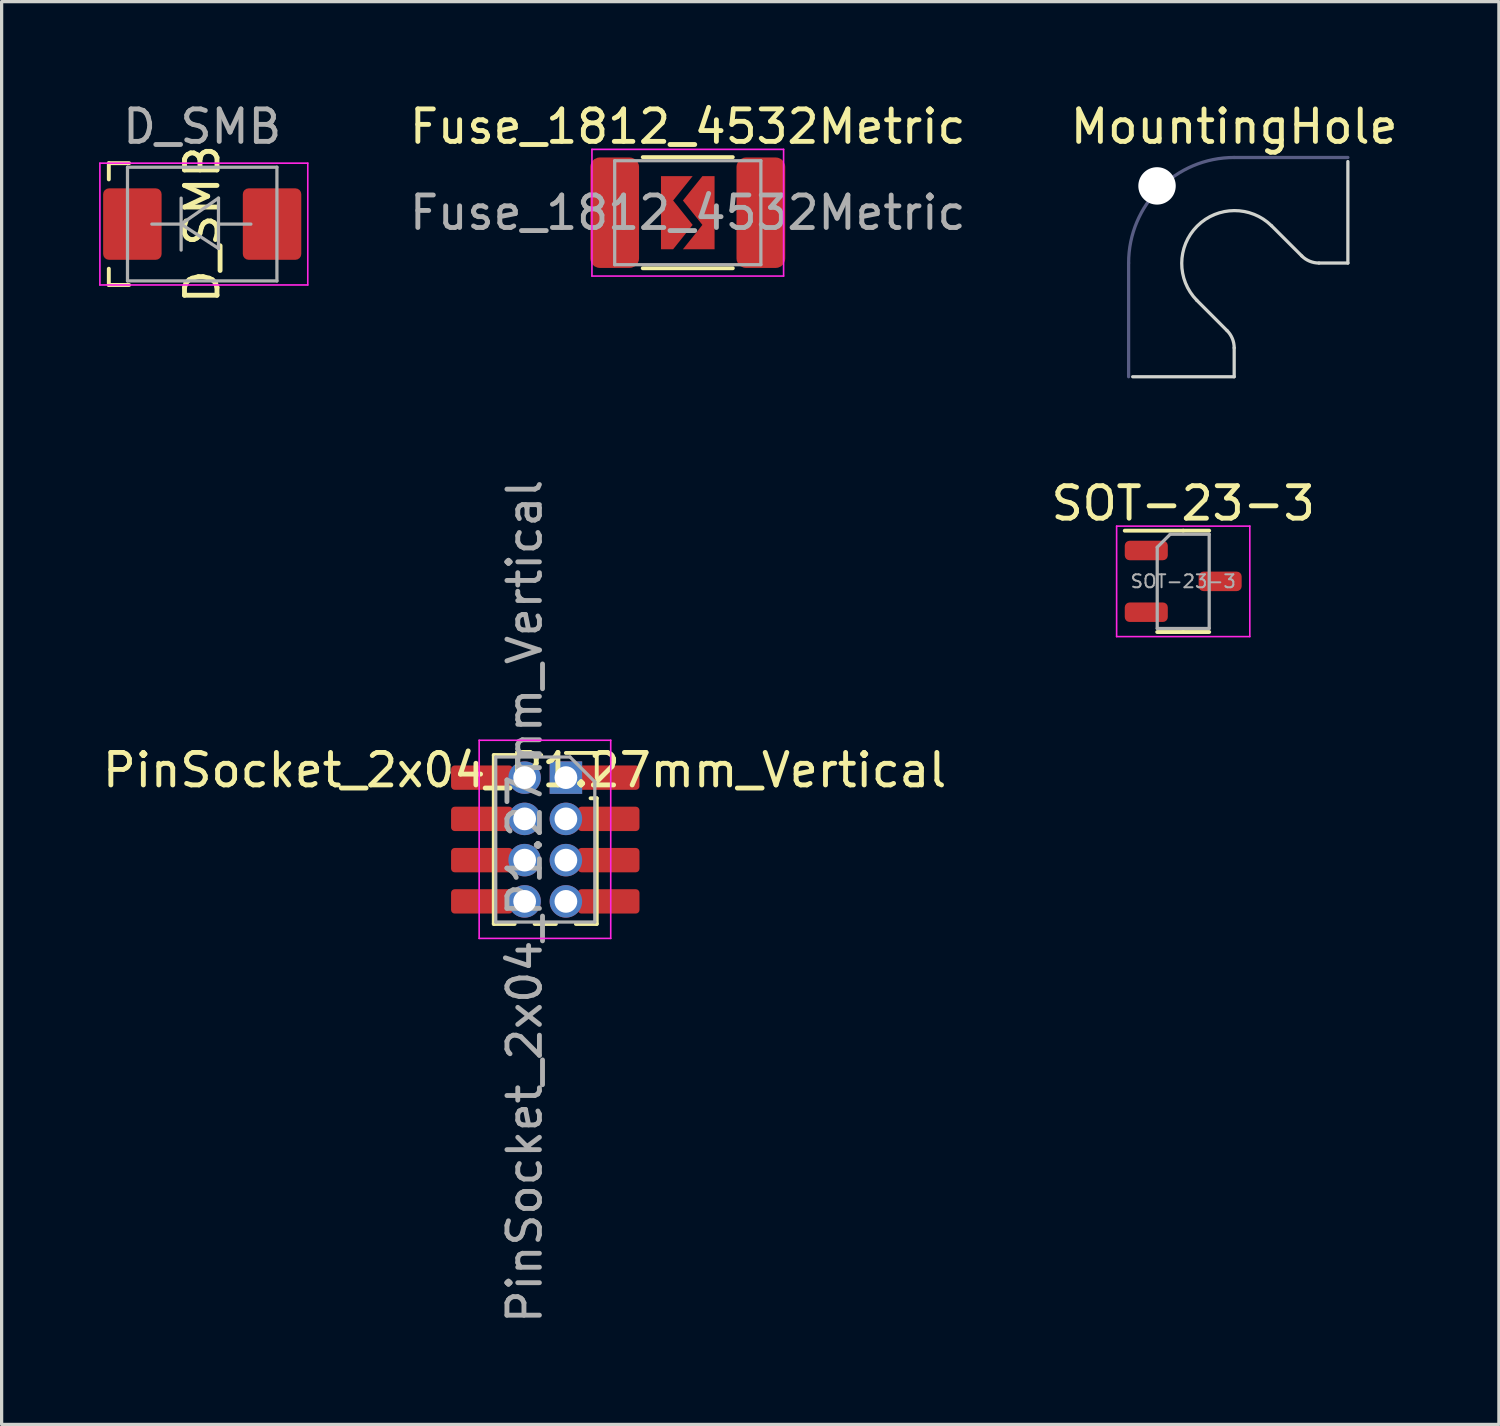
<source format=kicad_pcb>
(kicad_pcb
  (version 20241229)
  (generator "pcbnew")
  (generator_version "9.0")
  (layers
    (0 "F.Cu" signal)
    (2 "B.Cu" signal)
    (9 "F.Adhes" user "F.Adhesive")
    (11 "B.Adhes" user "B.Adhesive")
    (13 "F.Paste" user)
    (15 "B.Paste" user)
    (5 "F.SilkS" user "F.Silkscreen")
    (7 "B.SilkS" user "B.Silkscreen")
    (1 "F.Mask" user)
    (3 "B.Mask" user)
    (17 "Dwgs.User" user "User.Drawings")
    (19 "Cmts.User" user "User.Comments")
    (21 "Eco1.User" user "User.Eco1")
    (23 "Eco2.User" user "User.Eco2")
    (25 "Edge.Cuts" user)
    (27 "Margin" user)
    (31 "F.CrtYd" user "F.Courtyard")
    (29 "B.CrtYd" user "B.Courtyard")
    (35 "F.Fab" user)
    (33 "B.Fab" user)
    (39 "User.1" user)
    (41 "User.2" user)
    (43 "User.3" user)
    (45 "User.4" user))
  (footprint "D_SMB"
    (layer "F.Cu")
    (at 3.175 3.848)
    (property "Reference" "D_SMB" (at 0 0 90) (layer "F.SilkS") (effects (font (size 1 1) (thickness 0.15))))
    (attr smd)
    (fp_line (start -2.875 -1.875) (end -2.25 -1.875) (stroke (width 0.12) (type default)) (layer "F.SilkS"))
    (fp_line (start -2.875 -1.375) (end -2.875 -1.875) (stroke (width 0.12) (type default)) (layer "F.SilkS"))
    (fp_line (start -2.875 1.375) (end -2.875 1.875) (stroke (width 0.12) (type default)) (layer "F.SilkS"))
    (fp_line (start -2.875 1.875) (end -2.25 1.875) (stroke (width 0.12) (type default)) (layer "F.SilkS"))
    (fp_line (start -3.15 -1.875) (end -3.15 1.875) (stroke (width 0.05) (type solid)) (layer "F.CrtYd"))
    (fp_line (start -3.15 -1.875) (end 3.25 -1.875) (stroke (width 0.05) (type solid)) (layer "F.CrtYd"))
    (fp_line (start 3.25 -1.875) (end 3.25 1.875) (stroke (width 0.05) (type solid)) (layer "F.CrtYd"))
    (fp_line (start 3.25 1.875) (end -3.15 1.875) (stroke (width 0.05) (type solid)) (layer "F.CrtYd"))
    (fp_line (start -2.3 1.75) (end -2.3 -1.75) (stroke (width 0.1) (type solid)) (layer "F.Fab"))
    (fp_line (start -0.649 -0.799) (end -0.649 0.801) (stroke (width 0.1) (type solid)) (layer "F.Fab"))
    (fp_line (start -0.649 0.001) (end -1.551 0.001) (stroke (width 0.1) (type solid)) (layer "F.Fab"))
    (fp_line (start -0.649 0.001) (end 0.501 -0.799) (stroke (width 0.1) (type solid)) (layer "F.Fab"))
    (fp_line (start -0.649 0.001) (end 0.501 0.75) (stroke (width 0.1) (type solid)) (layer "F.Fab"))
    (fp_line (start 0.501 0.001) (end 1.499 0.001) (stroke (width 0.1) (type solid)) (layer "F.Fab"))
    (fp_line (start 0.501 0.75) (end 0.501 -0.799) (stroke (width 0.1) (type solid)) (layer "F.Fab"))
    (fp_line (start 2.3 -1.75) (end -2.3 -1.75) (stroke (width 0.1) (type solid)) (layer "F.Fab"))
    (fp_line (start 2.3 -1.75) (end 2.3 1.75) (stroke (width 0.1) (type solid)) (layer "F.Fab"))
    (fp_line (start 2.3 1.75) (end -2.3 1.75) (stroke (width 0.1) (type solid)) (layer "F.Fab"))
    (fp_text user "${REFERENCE}" (at 0 -3 0) (layer "F.Fab") (effects (font (size 1 1) (thickness 0.15))))
    (pad "1" smd roundrect (at -2.15 0) (size 1.8 2.2) (layers "F.Cu" "F.Mask" "F.Paste") (roundrect_rratio 0.1))
    (pad "2" smd roundrect (at 2.15 0) (size 1.8 2.2) (layers "F.Cu" "F.Mask" "F.Paste") (roundrect_rratio 0.1)))
  (footprint "MountingHole"
    (layer "F.Cu")
    (at 34.944 5.048)
    (property "Reference" "MountingHole" (at 0 -4.2 0) (layer "F.SilkS") (effects (font (size 1 1) (thickness 0.15))))
    (attr board_only exclude_from_pos_files exclude_from_bom)
    (fp_poly (pts (xy -3.125 3.5) (xy -3.125 -2.375) (xy -2.375 -3.125) (xy 3.5 -3.125) (xy 3.5 0) (xy 0 0) (xy 0 3.5)) (stroke (width 0) (type solid)) (fill yes) (layer "F.Mask"))
    (fp_poly (pts (xy -3.125 3.5) (xy -3.125 -2.375) (xy -2.375 -3.125) (xy 3.5 -3.125) (xy 3.5 0) (xy 0 0) (xy 0 3.5)) (stroke (width 0) (type solid)) (fill yes) (layer "B.Mask"))
    (fp_line (start -1.149 1.149) (end -0.22 2.08) (stroke (width 0.1) (type default)) (layer "Edge.Cuts"))
    (fp_line (start 0 2.61) (end 0 3.5) (stroke (width 0.1) (type default)) (layer "Edge.Cuts"))
    (fp_line (start 0 3.5) (end -3.125 3.5) (stroke (width 0.1) (type default)) (layer "Edge.Cuts"))
    (fp_line (start 1.149 -1.149) (end 2.08 -0.22) (stroke (width 0.1) (type default)) (layer "Edge.Cuts"))
    (fp_line (start 2.61 0) (end 3.5 0) (stroke (width 0.1) (type default)) (layer "Edge.Cuts"))
    (fp_line (start 3.5 0) (end 3.5 -3.125) (stroke (width 0.1) (type default)) (layer "Edge.Cuts"))
    (fp_arc (start -1.149049 1.149049) (mid -1.149049 -1.149049) (end 1.149049 -1.149049) (stroke (width 0.1) (type default)) (layer "Edge.Cuts"))
    (fp_arc (start -0.219671 2.07967) (mid -0.05709 2.322986) (end 0 2.61) (stroke (width 0.1) (type default)) (layer "Edge.Cuts"))
    (fp_arc (start 2.61 0) (mid 2.322985 -0.057088) (end 2.07967 -0.219671) (stroke (width 0.1) (type default)) (layer "Edge.Cuts"))
    (fp_line (start -3.25 3.5) (end -3.25 0) (stroke (width 0.1) (type default)) (layer "B.Fab"))
    (fp_line (start 0 -3.25) (end 3.5 -3.25) (stroke (width 0.1) (type default)) (layer "B.Fab"))
    (fp_arc (start -3.25 0) (mid -2.298097 -2.298097) (end 0 -3.25) (stroke (width 0.1) (type default)) (layer "B.Fab"))
    (pad "" np_thru_hole circle (at -2.375 -2.375) (size 1.152 1.152) (drill 1.152) (layers "*.Cu" "*.Mask"))
    (zone (net_name "") (layers "F.Cu" "F.Mask" "B.Cu" "B.Mask" "F.SilkS" "B.SilkS" "F.Adhes" "B.Adhes" "F.Paste" "B.Paste") (hatch edge 0.5) (connect_pads) (min_thickness 0.25) (filled_areas_thickness no) (keepout (tracks not_allowed) (vias not_allowed) (pads not_allowed) (copperpour not_allowed) (footprints allowed)) (placement (enabled no)) (fill) (polygon (pts (xy 34.944 8.548) (xy 34.944 5.048) (xy 38.444 5.048) (xy 38.444 1.798) (xy 32.569 1.798) (xy 32.569 1.923) (xy 33.194 2.298) (xy 33.194 2.673) (xy 33.069 3.173) (xy 32.487 3.298) (xy 32.194 3.298) (xy 31.819 2.673) (xy 31.694 2.673) (xy 31.694 8.548)))))
  (footprint "SOT-23-3"
    (layer "F.Cu")
    (at 33.375 14.847)
    (property "Reference" "SOT-23-3" (at 0 -2.4 0) (layer "F.SilkS") (effects (font (size 1 1) (thickness 0.15))))
    (attr smd)
    (fp_line (start 0 -1.56) (end -1.8 -1.56) (stroke (width 0.12) (type solid)) (layer "F.SilkS"))
    (fp_line (start 0 -1.56) (end 0.8 -1.56) (stroke (width 0.12) (type solid)) (layer "F.SilkS"))
    (fp_line (start 0 1.56) (end -0.8 1.56) (stroke (width 0.12) (type solid)) (layer "F.SilkS"))
    (fp_line (start 0 1.56) (end 0.8 1.56) (stroke (width 0.12) (type solid)) (layer "F.SilkS"))
    (fp_line (start -2.05 -1.7) (end -2.05 1.7) (stroke (width 0.05) (type solid)) (layer "F.CrtYd"))
    (fp_line (start -2.05 1.7) (end 2.05 1.7) (stroke (width 0.05) (type solid)) (layer "F.CrtYd"))
    (fp_line (start 2.05 -1.7) (end -2.05 -1.7) (stroke (width 0.05) (type solid)) (layer "F.CrtYd"))
    (fp_line (start 2.05 1.7) (end 2.05 -1.7) (stroke (width 0.05) (type solid)) (layer "F.CrtYd"))
    (fp_line (start -0.8 -1.05) (end -0.4 -1.45) (stroke (width 0.1) (type solid)) (layer "F.Fab"))
    (fp_line (start -0.8 1.45) (end -0.8 -1.05) (stroke (width 0.1) (type solid)) (layer "F.Fab"))
    (fp_line (start -0.4 -1.45) (end 0.8 -1.45) (stroke (width 0.1) (type solid)) (layer "F.Fab"))
    (fp_line (start 0.8 -1.45) (end 0.8 1.45) (stroke (width 0.1) (type solid)) (layer "F.Fab"))
    (fp_line (start 0.8 1.45) (end -0.8 1.45) (stroke (width 0.1) (type solid)) (layer "F.Fab"))
    (fp_text user "${REFERENCE}" (at 0 0 0) (layer "F.Fab") (effects (font (size 0.4 0.4) (thickness 0.06))))
    (pad "1" smd roundrect (at -1.137 -0.95) (size 1.325 0.6) (layers "F.Cu" "F.Mask" "F.Paste") (roundrect_rratio 0.25))
    (pad "2" smd roundrect (at -1.137 0.95) (size 1.325 0.6) (layers "F.Cu" "F.Mask" "F.Paste") (roundrect_rratio 0.25))
    (pad "3" smd roundrect (at 1.137 0) (size 1.325 0.6) (layers "F.Cu" "F.Mask" "F.Paste") (roundrect_rratio 0.25)))
  (footprint "Fuse_1812_4532Metric"
    (layer "F.Cu")
    (at 18.123 3.498)
    (property "Reference" "Fuse_1812_4532Metric" (at 0 -2.65 0) (layer "F.SilkS") (effects (font (size 1 1) (thickness 0.15))))
    (attr smd)
    (fp_line (start -1.386 -1.71) (end 1.386 -1.71) (stroke (width 0.12) (type solid)) (layer "F.SilkS"))
    (fp_line (start -1.386 1.71) (end 1.386 1.71) (stroke (width 0.12) (type solid)) (layer "F.SilkS"))
    (fp_line (start -2.95 -1.95) (end 2.95 -1.95) (stroke (width 0.05) (type solid)) (layer "F.CrtYd"))
    (fp_line (start -2.95 1.95) (end -2.95 -1.95) (stroke (width 0.05) (type solid)) (layer "F.CrtYd"))
    (fp_line (start 2.95 -1.95) (end 2.95 1.95) (stroke (width 0.05) (type solid)) (layer "F.CrtYd"))
    (fp_line (start 2.95 1.95) (end -2.95 1.95) (stroke (width 0.05) (type solid)) (layer "F.CrtYd"))
    (fp_line (start -2.25 -1.6) (end 2.25 -1.6) (stroke (width 0.1) (type solid)) (layer "F.Fab"))
    (fp_line (start -2.25 1.6) (end -2.25 -1.6) (stroke (width 0.1) (type solid)) (layer "F.Fab"))
    (fp_line (start 2.25 -1.6) (end 2.25 1.6) (stroke (width 0.1) (type solid)) (layer "F.Fab"))
    (fp_line (start 2.25 1.6) (end -2.25 1.6) (stroke (width 0.1) (type solid)) (layer "F.Fab"))
    (fp_text user "${REFERENCE}" (at 0 0 0) (layer "F.Fab") (effects (font (size 1 1) (thickness 0.15))))
    (pad "" smd roundrect (at 0 0) (size 1.5 2.25) (layers "F.Mask") (roundrect_rratio 0.4))
    (pad "1" smd roundrect (at -2.25 0) (size 1.5 3.4) (layers "F.Cu" "F.Mask" "F.Paste") (roundrect_rratio 0.192))
    (pad "1" smd custom (at -0.45 0.375) (size 0.3 0.3) (layers "F.Cu") (options (anchor rect)) (primitives (gr_poly (pts (xy 0 -0.75) (xy 0.6 0) (xy 0 0.75) (xy -0.375 0.75) (xy -0.375 -1.5) (xy 0.6 -1.5)) (width 0) (fill yes))))
    (pad "2" smd custom (at 0.45 -0.375 180) (size 0.3 0.3) (layers "F.Cu") (options (anchor rect)) (primitives (gr_poly (pts (xy 0 -0.75) (xy 0.6 0) (xy 0 0.75) (xy -0.375 0.75) (xy -0.375 -1.5) (xy 0.6 -1.5)) (width 0) (fill yes))))
    (pad "2" smd roundrect (at 2.25 0) (size 1.5 3.4) (layers "F.Cu" "F.Mask" "F.Paste") (roundrect_rratio 0.192)))
  (footprint "PinSocket_2x04_P1.27mm_Vertical"
    (layer "F.Cu")
    (at 13.736 22.794)
    (property "Reference" "PinSocket_2x04_P1.27mm_Vertical" (at -0.635 -2.135 0) (layer "F.SilkS") (effects (font (size 1 1) (thickness 0.15))))
    (attr through_hole)
    (fp_line (start -1.585 -2.6) (end -1.585 2.6) (stroke (width 0.12) (type solid)) (layer "F.SilkS"))
    (fp_line (start -1.585 -2.6) (end -0.943 -2.6) (stroke (width 0.12) (type solid)) (layer "F.SilkS"))
    (fp_line (start -1.585 2.6) (end -0.943 2.6) (stroke (width 0.12) (type solid)) (layer "F.SilkS"))
    (fp_line (start -0.327 -2.6) (end -0.125 -2.6) (stroke (width 0.12) (type solid)) (layer "F.SilkS"))
    (fp_line (start -0.327 2.6) (end 0.327 2.6) (stroke (width 0.12) (type solid)) (layer "F.SilkS"))
    (fp_line (start 0.635 -2.665) (end 1.585 -2.665) (stroke (width 0.12) (type solid)) (layer "F.SilkS"))
    (fp_line (start 0.943 2.6) (end 1.585 2.6) (stroke (width 0.12) (type solid)) (layer "F.SilkS"))
    (fp_line (start 1.395 -1.27) (end 1.585 -1.27) (stroke (width 0.12) (type solid)) (layer "F.SilkS"))
    (fp_line (start 1.585 -2.665) (end 1.585 -1.905) (stroke (width 0.12) (type solid)) (layer "F.SilkS"))
    (fp_line (start 1.585 -1.27) (end 1.585 2.6) (stroke (width 0.12) (type solid)) (layer "F.SilkS"))
    (fp_line (start -2.035 -3.055) (end 2.015 -3.055) (stroke (width 0.05) (type solid)) (layer "F.CrtYd"))
    (fp_line (start -2.035 3.045) (end -2.035 -3.055) (stroke (width 0.05) (type solid)) (layer "F.CrtYd"))
    (fp_line (start 2.015 -3.055) (end 2.015 3.045) (stroke (width 0.05) (type solid)) (layer "F.CrtYd"))
    (fp_line (start 2.015 3.045) (end -2.035 3.045) (stroke (width 0.05) (type solid)) (layer "F.CrtYd"))
    (fp_line (start -1.525 -2.54) (end 0.762 -2.54) (stroke (width 0.1) (type solid)) (layer "F.Fab"))
    (fp_line (start -1.525 2.54) (end -1.525 -2.54) (stroke (width 0.1) (type solid)) (layer "F.Fab"))
    (fp_line (start 0.762 -2.54) (end 1.525 -1.778) (stroke (width 0.1) (type solid)) (layer "F.Fab"))
    (fp_line (start 1.525 -1.778) (end 1.525 2.54) (stroke (width 0.1) (type solid)) (layer "F.Fab"))
    (fp_line (start 1.525 2.54) (end -1.525 2.54) (stroke (width 0.1) (type solid)) (layer "F.Fab"))
    (fp_text user "${REFERENCE}" (at -0.635 1.905 90) (layer "F.Fab") (effects (font (size 1 1) (thickness 0.15))))
    (pad "1" thru_hole rect (at 0.635 -1.905) (size 1 1) (drill 0.7) (layers "*.Cu" "*.Mask"))
    (pad "1" smd roundrect (at 1.95 -1.905 90) (size 0.75 1.9) (property pad_prop_heatsink) (layers "F.Cu" "F.Mask" "F.Paste") (roundrect_rratio 0.15))
    (pad "2" smd roundrect (at -1.95 -1.905 90) (size 0.75 1.9) (property pad_prop_heatsink) (layers "F.Cu" "F.Mask" "F.Paste") (roundrect_rratio 0.15))
    (pad "2" thru_hole oval (at -0.635 -1.905) (size 1 1) (drill 0.7) (layers "*.Cu" "*.Mask"))
    (pad "3" thru_hole oval (at 0.635 -0.635) (size 1 1) (drill 0.7) (layers "*.Cu" "*.Mask"))
    (pad "3" smd roundrect (at 1.95 -0.635 90) (size 0.75 1.9) (property pad_prop_heatsink) (layers "F.Cu" "F.Mask" "F.Paste") (roundrect_rratio 0.15))
    (pad "4" smd roundrect (at -1.95 -0.635 90) (size 0.75 1.9) (property pad_prop_heatsink) (layers "F.Cu" "F.Mask" "F.Paste") (roundrect_rratio 0.15))
    (pad "4" thru_hole oval (at -0.635 -0.635) (size 1 1) (drill 0.7) (layers "*.Cu" "*.Mask"))
    (pad "5" thru_hole oval (at 0.635 0.635) (size 1 1) (drill 0.7) (layers "*.Cu" "*.Mask"))
    (pad "5" smd roundrect (at 1.95 0.635 90) (size 0.75 1.9) (property pad_prop_heatsink) (layers "F.Cu" "F.Mask" "F.Paste") (roundrect_rratio 0.15))
    (pad "6" smd roundrect (at -1.95 0.635 90) (size 0.75 1.9) (property pad_prop_heatsink) (layers "F.Cu" "F.Mask" "F.Paste") (roundrect_rratio 0.15))
    (pad "6" thru_hole oval (at -0.635 0.635) (size 1 1) (drill 0.7) (layers "*.Cu" "*.Mask"))
    (pad "7" thru_hole oval (at 0.635 1.905) (size 1 1) (drill 0.7) (layers "*.Cu" "*.Mask"))
    (pad "7" smd roundrect (at 1.95 1.905 90) (size 0.75 1.9) (property pad_prop_heatsink) (layers "F.Cu" "F.Mask" "F.Paste") (roundrect_rratio 0.15))
    (pad "8" smd roundrect (at -1.95 1.905 90) (size 0.75 1.9) (property pad_prop_heatsink) (layers "F.Cu" "F.Mask" "F.Paste") (roundrect_rratio 0.15))
    (pad "8" thru_hole oval (at -0.635 1.905) (size 1 1) (drill 0.7) (layers "*.Cu" "*.Mask")))
  (gr_rect
    (start -3 -3)
    (end 43.093 40.801)
    (stroke (width 0.1) (type default))
    (fill no)
    (layer "Edge.Cuts")))
</source>
